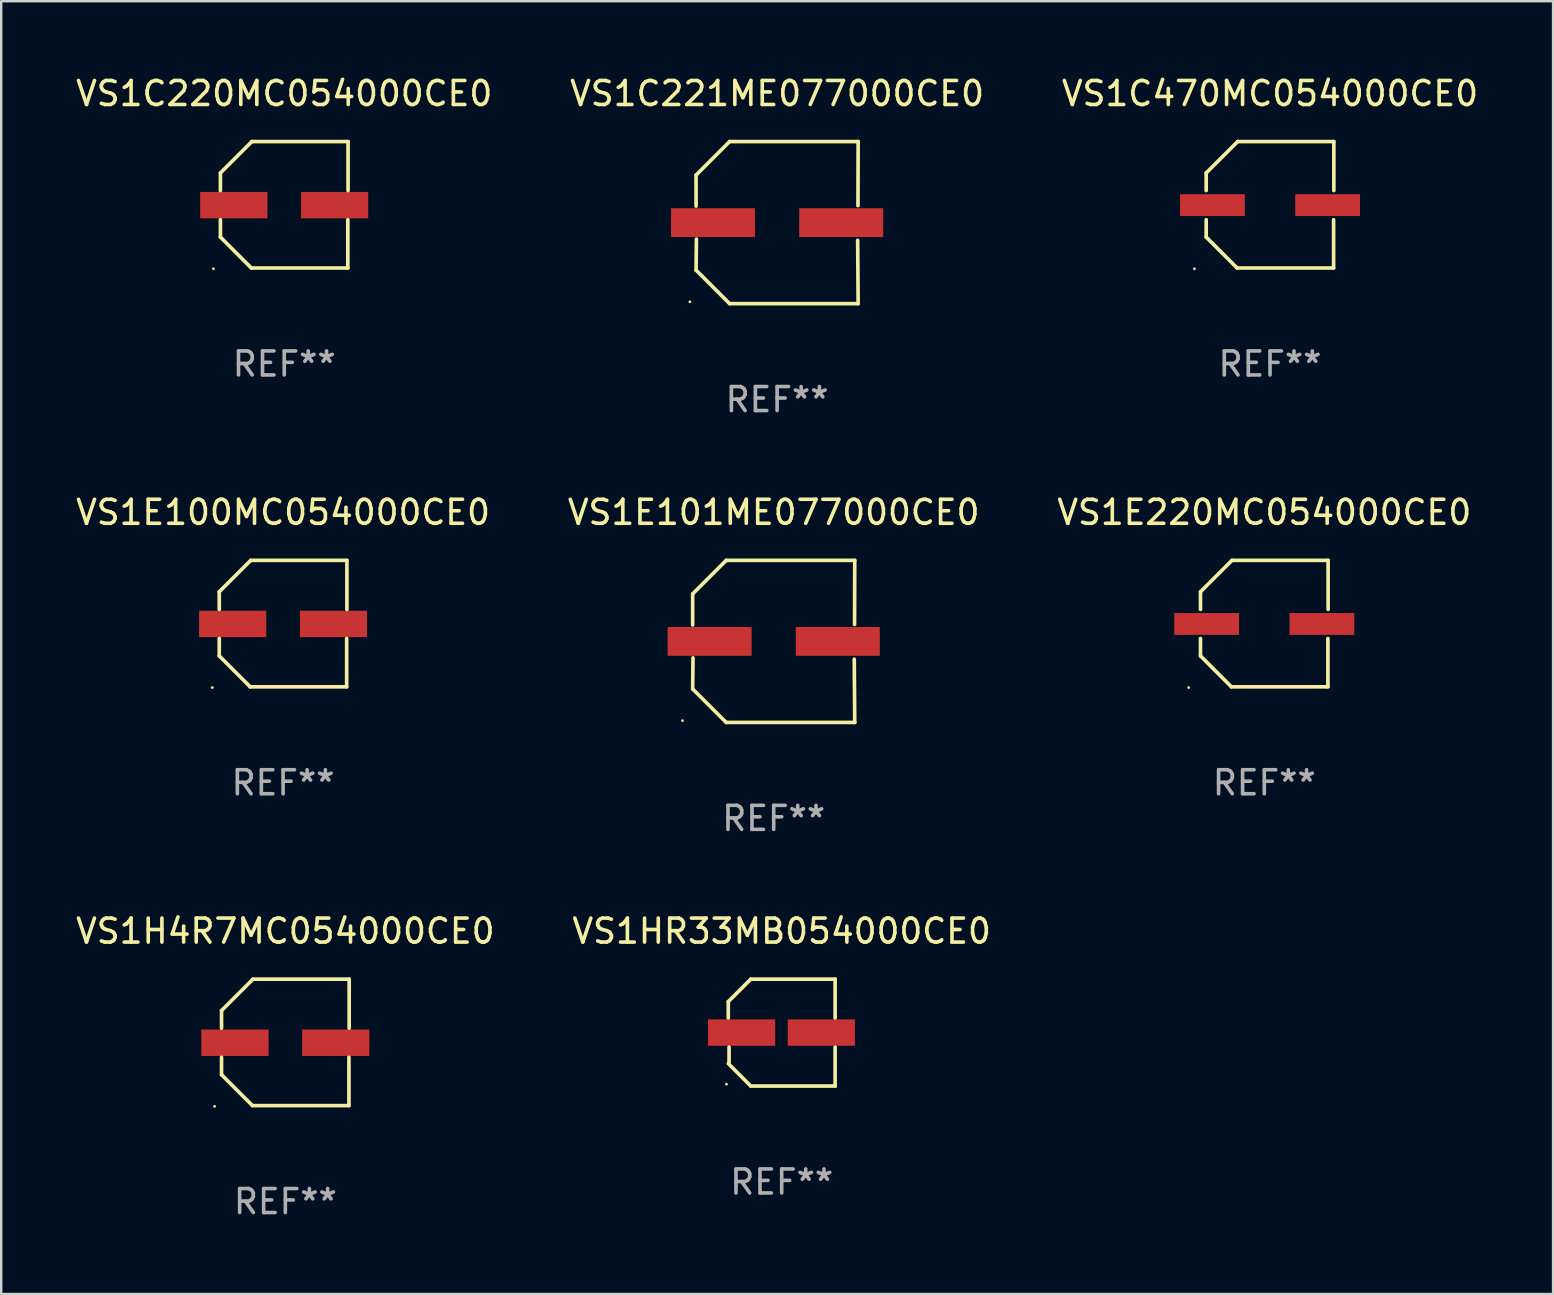
<source format=kicad_pcb>
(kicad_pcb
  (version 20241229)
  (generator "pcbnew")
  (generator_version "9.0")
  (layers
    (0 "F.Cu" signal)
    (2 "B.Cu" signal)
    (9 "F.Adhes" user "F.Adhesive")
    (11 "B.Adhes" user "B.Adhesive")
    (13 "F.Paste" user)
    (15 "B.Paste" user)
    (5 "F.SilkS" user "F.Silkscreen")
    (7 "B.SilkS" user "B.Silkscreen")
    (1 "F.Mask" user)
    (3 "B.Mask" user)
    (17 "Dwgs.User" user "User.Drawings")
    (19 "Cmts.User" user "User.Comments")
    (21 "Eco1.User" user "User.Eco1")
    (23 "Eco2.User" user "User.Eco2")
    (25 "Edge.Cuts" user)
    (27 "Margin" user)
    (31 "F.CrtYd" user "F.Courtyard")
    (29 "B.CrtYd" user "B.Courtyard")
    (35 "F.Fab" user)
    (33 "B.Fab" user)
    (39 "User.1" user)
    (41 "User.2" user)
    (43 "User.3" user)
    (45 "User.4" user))
  (footprint "VS1C221ME077000CE0"
    (layer "F.Cu")
    (at 29.327 6.224)
    (property "Reference" "VS1C221ME077000CE0" (at 0 -5.376 0) (layer "F.SilkS") (effects (font (size 1 1) (thickness 0.15))))
    (attr through_hole)
    (fp_line (start -3.376 -1.98) (end -3.376 -0.686) (stroke (width 0.152) (type solid)) (layer "F.SilkS"))
    (fp_line (start -3.376 1.981) (end -3.362 0.686) (stroke (width 0.152) (type solid)) (layer "F.SilkS"))
    (fp_line (start -1.981 3.376) (end -3.376 1.981) (stroke (width 0.152) (type solid)) (layer "F.SilkS"))
    (fp_line (start -1.98 -3.376) (end -3.376 -1.98) (stroke (width 0.152) (type solid)) (layer "F.SilkS"))
    (fp_line (start 3.356 0.74) (end 3.376 3.376) (stroke (width 0.152) (type solid)) (layer "F.SilkS"))
    (fp_line (start 3.369 -0.707) (end 3.376 -3.376) (stroke (width 0.152) (type solid)) (layer "F.SilkS"))
    (fp_line (start 3.376 3.376) (end -1.981 3.376) (stroke (width 0.152) (type solid)) (layer "F.SilkS"))
    (fp_line (start 3.376 -3.376) (end -1.98 -3.376) (stroke (width 0.152) (type solid)) (layer "F.SilkS"))
    (fp_circle (center -3.634 3.3) (end -3.604 3.3) (stroke (width 0.06) (type solid)) (fill no) (layer "F.SilkS"))
    (fp_text user "REF**" (at 0 7.376 0) (layer "F.Fab") (effects (font (size 1 1) (thickness 0.15))))
    (pad "1" smd rect (at -2.67 0.000254) (size 3.5 1.2) (layers "F.Cu" "F.Mask" "F.Paste"))
    (pad "2" smd rect (at 2.67 0.000254) (size 3.5 1.2) (layers "F.Cu" "F.Mask" "F.Paste")))
  (footprint "VS1E100MC054000CE0"
    (layer "F.Cu")
    (at 8.744 22.931)
    (property "Reference" "VS1E100MC054000CE0" (at 0 -4.634 0) (layer "F.SilkS") (effects (font (size 1 1) (thickness 0.15))))
    (attr through_hole)
    (fp_line (start -2.659 -1.326) (end -2.659 -0.592) (stroke (width 0.152) (type solid)) (layer "F.SilkS"))
    (fp_line (start -2.659 1.346) (end -2.659 0.622) (stroke (width 0.152) (type solid)) (layer "F.SilkS"))
    (fp_line (start -1.372 2.634) (end -2.659 1.346) (stroke (width 0.152) (type solid)) (layer "F.SilkS"))
    (fp_line (start -1.349 -2.634) (end -2.659 -1.326) (stroke (width 0.152) (type solid)) (layer "F.SilkS"))
    (fp_line (start 2.649 0.622) (end 2.649 2.634) (stroke (width 0.152) (type solid)) (layer "F.SilkS"))
    (fp_line (start 2.649 2.634) (end -1.372 2.634) (stroke (width 0.152) (type solid)) (layer "F.SilkS"))
    (fp_line (start 2.659 -2.634) (end -1.349 -2.634) (stroke (width 0.152) (type solid)) (layer "F.SilkS"))
    (fp_line (start 2.659 -0.592) (end 2.659 -2.634) (stroke (width 0.152) (type solid)) (layer "F.SilkS"))
    (fp_circle (center -2.95 2.665) (end -2.92 2.665) (stroke (width 0.06) (type solid)) (fill no) (layer "F.SilkS"))
    (fp_text user "REF**" (at 0 6.634 0) (layer "F.Fab") (effects (font (size 1 1) (thickness 0.15))))
    (pad "1" smd rect (at -2.1 0.015) (size 2.8 1.1) (layers "F.Cu" "F.Mask" "F.Paste"))
    (pad "2" smd rect (at 2.1 0.015) (size 2.8 1.1) (layers "F.Cu" "F.Mask" "F.Paste")))
  (footprint "VS1C220MC054000CE0"
    (layer "F.Cu")
    (at 8.792 5.482)
    (property "Reference" "VS1C220MC054000CE0" (at 0 -4.634 0) (layer "F.SilkS") (effects (font (size 1 1) (thickness 0.15))))
    (attr through_hole)
    (fp_line (start -2.659 -1.326) (end -2.659 -0.592) (stroke (width 0.152) (type solid)) (layer "F.SilkS"))
    (fp_line (start -2.659 1.346) (end -2.659 0.622) (stroke (width 0.152) (type solid)) (layer "F.SilkS"))
    (fp_line (start -1.372 2.634) (end -2.659 1.346) (stroke (width 0.152) (type solid)) (layer "F.SilkS"))
    (fp_line (start -1.349 -2.634) (end -2.659 -1.326) (stroke (width 0.152) (type solid)) (layer "F.SilkS"))
    (fp_line (start 2.649 0.622) (end 2.649 2.634) (stroke (width 0.152) (type solid)) (layer "F.SilkS"))
    (fp_line (start 2.649 2.634) (end -1.372 2.634) (stroke (width 0.152) (type solid)) (layer "F.SilkS"))
    (fp_line (start 2.659 -2.634) (end -1.349 -2.634) (stroke (width 0.152) (type solid)) (layer "F.SilkS"))
    (fp_line (start 2.659 -0.592) (end 2.659 -2.634) (stroke (width 0.152) (type solid)) (layer "F.SilkS"))
    (fp_circle (center -2.95 2.665) (end -2.92 2.665) (stroke (width 0.06) (type solid)) (fill no) (layer "F.SilkS"))
    (fp_text user "REF**" (at 0 6.634 0) (layer "F.Fab") (effects (font (size 1 1) (thickness 0.15))))
    (pad "1" smd rect (at -2.1 0.015) (size 2.8 1.1) (layers "F.Cu" "F.Mask" "F.Paste"))
    (pad "2" smd rect (at 2.1 0.015) (size 2.8 1.1) (layers "F.Cu" "F.Mask" "F.Paste")))
  (footprint "VS1E101ME077000CE0"
    (layer "F.Cu")
    (at 29.185 23.673)
    (property "Reference" "VS1E101ME077000CE0" (at 0 -5.376 0) (layer "F.SilkS") (effects (font (size 1 1) (thickness 0.15))))
    (attr through_hole)
    (fp_line (start -3.376 -1.98) (end -3.376 -0.686) (stroke (width 0.152) (type solid)) (layer "F.SilkS"))
    (fp_line (start -3.376 1.981) (end -3.362 0.686) (stroke (width 0.152) (type solid)) (layer "F.SilkS"))
    (fp_line (start -1.981 3.376) (end -3.376 1.981) (stroke (width 0.152) (type solid)) (layer "F.SilkS"))
    (fp_line (start -1.98 -3.376) (end -3.376 -1.98) (stroke (width 0.152) (type solid)) (layer "F.SilkS"))
    (fp_line (start 3.356 0.74) (end 3.376 3.376) (stroke (width 0.152) (type solid)) (layer "F.SilkS"))
    (fp_line (start 3.369 -0.707) (end 3.376 -3.376) (stroke (width 0.152) (type solid)) (layer "F.SilkS"))
    (fp_line (start 3.376 3.376) (end -1.981 3.376) (stroke (width 0.152) (type solid)) (layer "F.SilkS"))
    (fp_line (start 3.376 -3.376) (end -1.98 -3.376) (stroke (width 0.152) (type solid)) (layer "F.SilkS"))
    (fp_circle (center -3.8 3.3) (end -3.77 3.3) (stroke (width 0.06) (type solid)) (fill no) (layer "F.SilkS"))
    (fp_text user "REF**" (at 0 7.376 0) (layer "F.Fab") (effects (font (size 1 1) (thickness 0.15))))
    (pad "1" smd rect (at -2.67 0.000203) (size 3.5 1.2) (layers "F.Cu" "F.Mask" "F.Paste"))
    (pad "2" smd rect (at 2.67 0.000203) (size 3.5 1.2) (layers "F.Cu" "F.Mask" "F.Paste")))
  (footprint "VS1E220MC054000CE0"
    (layer "F.Cu")
    (at 49.625 22.931)
    (property "Reference" "VS1E220MC054000CE0" (at 0 -4.634 0) (layer "F.SilkS") (effects (font (size 1 1) (thickness 0.15))))
    (attr through_hole)
    (fp_line (start -2.659 -1.326) (end -2.659 -0.592) (stroke (width 0.152) (type solid)) (layer "F.SilkS"))
    (fp_line (start -2.659 1.346) (end -2.659 0.622) (stroke (width 0.152) (type solid)) (layer "F.SilkS"))
    (fp_line (start -1.372 2.634) (end -2.659 1.346) (stroke (width 0.152) (type solid)) (layer "F.SilkS"))
    (fp_line (start -1.349 -2.634) (end -2.659 -1.326) (stroke (width 0.152) (type solid)) (layer "F.SilkS"))
    (fp_line (start 2.649 0.622) (end 2.649 2.634) (stroke (width 0.152) (type solid)) (layer "F.SilkS"))
    (fp_line (start 2.649 2.634) (end -1.372 2.634) (stroke (width 0.152) (type solid)) (layer "F.SilkS"))
    (fp_line (start 2.659 -2.634) (end -1.349 -2.634) (stroke (width 0.152) (type solid)) (layer "F.SilkS"))
    (fp_line (start 2.659 -0.592) (end 2.659 -2.634) (stroke (width 0.152) (type solid)) (layer "F.SilkS"))
    (fp_circle (center -3.15 2.665) (end -3.12 2.665) (stroke (width 0.06) (type solid)) (fill no) (layer "F.SilkS"))
    (fp_text user "REF**" (at 0 6.634 0) (layer "F.Fab") (effects (font (size 1 1) (thickness 0.15))))
    (pad "1" smd rect (at -2.4 0.015) (size 2.7 0.91) (layers "F.Cu" "F.Mask" "F.Paste"))
    (pad "2" smd rect (at 2.4 0.015) (size 2.7 0.91) (layers "F.Cu" "F.Mask" "F.Paste")))
  (footprint "VS1H4R7MC054000CE0"
    (layer "F.Cu")
    (at 8.839 40.379)
    (property "Reference" "VS1H4R7MC054000CE0" (at 0 -4.634 0) (layer "F.SilkS") (effects (font (size 1 1) (thickness 0.15))))
    (attr through_hole)
    (fp_line (start -2.659 -1.326) (end -2.659 -0.592) (stroke (width 0.152) (type solid)) (layer "F.SilkS"))
    (fp_line (start -2.659 1.346) (end -2.659 0.622) (stroke (width 0.152) (type solid)) (layer "F.SilkS"))
    (fp_line (start -1.372 2.634) (end -2.659 1.346) (stroke (width 0.152) (type solid)) (layer "F.SilkS"))
    (fp_line (start -1.349 -2.634) (end -2.659 -1.326) (stroke (width 0.152) (type solid)) (layer "F.SilkS"))
    (fp_line (start 2.649 0.622) (end 2.649 2.634) (stroke (width 0.152) (type solid)) (layer "F.SilkS"))
    (fp_line (start 2.649 2.634) (end -1.372 2.634) (stroke (width 0.152) (type solid)) (layer "F.SilkS"))
    (fp_line (start 2.659 -2.634) (end -1.349 -2.634) (stroke (width 0.152) (type solid)) (layer "F.SilkS"))
    (fp_line (start 2.659 -0.592) (end 2.659 -2.634) (stroke (width 0.152) (type solid)) (layer "F.SilkS"))
    (fp_circle (center -2.95 2.665) (end -2.92 2.665) (stroke (width 0.06) (type solid)) (fill no) (layer "F.SilkS"))
    (fp_text user "REF**" (at 0 6.634 0) (layer "F.Fab") (effects (font (size 1 1) (thickness 0.15))))
    (pad "1" smd rect (at -2.1 0.015) (size 2.8 1.1) (layers "F.Cu" "F.Mask" "F.Paste"))
    (pad "2" smd rect (at 2.1 0.015) (size 2.8 1.1) (layers "F.Cu" "F.Mask" "F.Paste")))
  (footprint "VS1C470MC054000CE0"
    (layer "F.Cu")
    (at 49.863 5.482)
    (property "Reference" "VS1C470MC054000CE0" (at 0 -4.634 0) (layer "F.SilkS") (effects (font (size 1 1) (thickness 0.15))))
    (attr through_hole)
    (fp_line (start -2.659 -1.326) (end -2.659 -0.592) (stroke (width 0.152) (type solid)) (layer "F.SilkS"))
    (fp_line (start -2.659 1.346) (end -2.659 0.622) (stroke (width 0.152) (type solid)) (layer "F.SilkS"))
    (fp_line (start -1.372 2.634) (end -2.659 1.346) (stroke (width 0.152) (type solid)) (layer "F.SilkS"))
    (fp_line (start -1.349 -2.634) (end -2.659 -1.326) (stroke (width 0.152) (type solid)) (layer "F.SilkS"))
    (fp_line (start 2.649 0.622) (end 2.649 2.634) (stroke (width 0.152) (type solid)) (layer "F.SilkS"))
    (fp_line (start 2.649 2.634) (end -1.372 2.634) (stroke (width 0.152) (type solid)) (layer "F.SilkS"))
    (fp_line (start 2.659 -2.634) (end -1.349 -2.634) (stroke (width 0.152) (type solid)) (layer "F.SilkS"))
    (fp_line (start 2.659 -0.592) (end 2.659 -2.634) (stroke (width 0.152) (type solid)) (layer "F.SilkS"))
    (fp_circle (center -3.15 2.665) (end -3.12 2.665) (stroke (width 0.06) (type solid)) (fill no) (layer "F.SilkS"))
    (fp_text user "REF**" (at 0 6.634 0) (layer "F.Fab") (effects (font (size 1 1) (thickness 0.15))))
    (pad "1" smd rect (at -2.4 0.015) (size 2.7 0.91) (layers "F.Cu" "F.Mask" "F.Paste"))
    (pad "2" smd rect (at 2.4 0.015) (size 2.7 0.91) (layers "F.Cu" "F.Mask" "F.Paste")))
  (footprint "VS1HR33MB054000CE0"
    (layer "F.Cu")
    (at 29.518 39.971)
    (property "Reference" "VS1HR33MB054000CE0" (at 0 -4.226 0) (layer "F.SilkS") (effects (font (size 1 1) (thickness 0.15))))
    (attr through_hole)
    (fp_line (start -2.226 -1.29) (end -2.226 -0.607) (stroke (width 0.152) (type solid)) (layer "F.SilkS"))
    (fp_line (start -2.193 1.29) (end -2.193 0.607) (stroke (width 0.152) (type solid)) (layer "F.SilkS"))
    (fp_line (start -1.29 2.226) (end -2.226 1.29) (stroke (width 0.152) (type solid)) (layer "F.SilkS"))
    (fp_line (start -1.29 -2.226) (end -2.226 -1.29) (stroke (width 0.152) (type solid)) (layer "F.SilkS"))
    (fp_line (start 2.226 -2.226) (end -1.29 -2.226) (stroke (width 0.152) (type solid)) (layer "F.SilkS"))
    (fp_line (start 2.226 -0.607) (end 2.226 -2.226) (stroke (width 0.152) (type solid)) (layer "F.SilkS"))
    (fp_line (start 2.226 0.607) (end 2.226 2.226) (stroke (width 0.152) (type solid)) (layer "F.SilkS"))
    (fp_line (start 2.226 2.226) (end -1.29 2.226) (stroke (width 0.152) (type solid)) (layer "F.SilkS"))
    (fp_circle (center -2.3 2.15) (end -2.27 2.15) (stroke (width 0.06) (type solid)) (fill no) (layer "F.SilkS"))
    (fp_text user "REF**" (at 0 6.226 0) (layer "F.Fab") (effects (font (size 1 1) (thickness 0.15))))
    (pad "1" smd rect (at -1.67 -0.000025) (size 2.8 1.1) (layers "F.Cu" "F.Mask" "F.Paste"))
    (pad "2" smd rect (at 1.651 -0.000025) (size 2.8 1.1) (layers "F.Cu" "F.Mask" "F.Paste")))
  (gr_rect
    (start -3 -3)
    (end 61.655 50.861)
    (stroke (width 0.1) (type default))
    (fill no)
    (layer "Edge.Cuts")))
</source>
